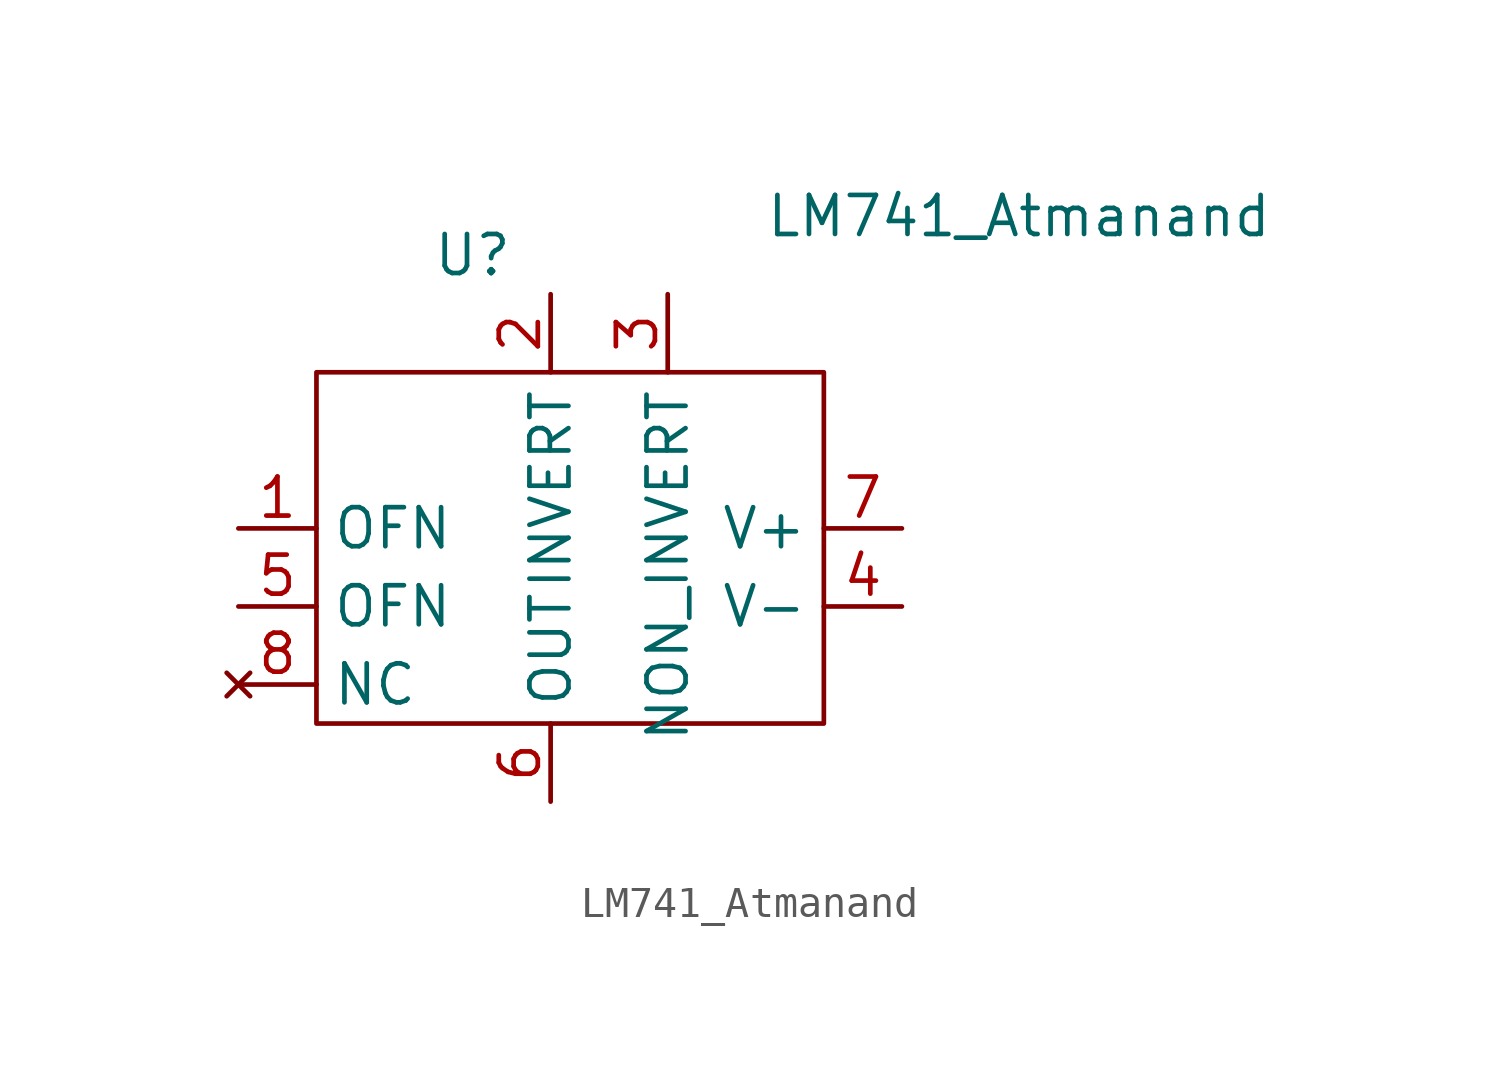
<source format=kicad_sym>
(kicad_symbol_lib
  (version 20211014)
  (generator kicad_symbol_editor)
  (symbol "LM741_Atmanand"
    (property "Reference" "U"
      (at -7.62 7.62 0)
      (effects (font (size 1.27 1.27))))
    (property "Value" "LM741_Atmanand"
      (at 10.16 8.89 0)
      (effects (font (size 1.27 1.27))))
    (symbol "LM741_Atmanand_0_0"
      (pin input line (at -15.24 -1.27 0) (length 2.54) (name "OFN" (effects (font (size 1.27 1.27)))) (number "1" (effects (font (size 1.27 1.27)))))
      (pin input line (at -5.08 6.35 270) (length 2.54) (name "INVERT" (effects (font (size 1.27 1.27)))) (number "2" (effects (font (size 1.27 1.27)))))
      (pin input line (at -1.27 6.35 270) (length 2.54) (name "NON_INVERT" (effects (font (size 1.27 1.27)))) (number "3" (effects (font (size 1.27 1.27)))))
      (pin input line (at 6.35 -3.81 180) (length 2.54) (name "V-" (effects (font (size 1.27 1.27)))) (number "4" (effects (font (size 1.27 1.27)))))
      (pin input line (at -15.24 -3.81 0) (length 2.54) (name "OFN" (effects (font (size 1.27 1.27)))) (number "5" (effects (font (size 1.27 1.27)))))
      (pin output line (at -5.08 -10.16 90) (length 2.54) (name "OUT" (effects (font (size 1.27 1.27)))) (number "6" (effects (font (size 1.27 1.27)))))
      (pin output line (at 6.35 -1.27 180) (length 2.54) (name "V+" (effects (font (size 1.27 1.27)))) (number "7" (effects (font (size 1.27 1.27)))))
      (pin no_connect line (at -15.24 -6.35 0) (length 2.54) (name "NC" (effects (font (size 1.27 1.27)))) (number "8" (effects (font (size 1.27 1.27))))))
    (symbol "LM741_Atmanand_0_1"
      (rectangle (start -12.7 3.81) (end 3.81 -7.62) (stroke (width 0) (type default) (color 0 0 0 0)) (fill (type none))))))
</source>
